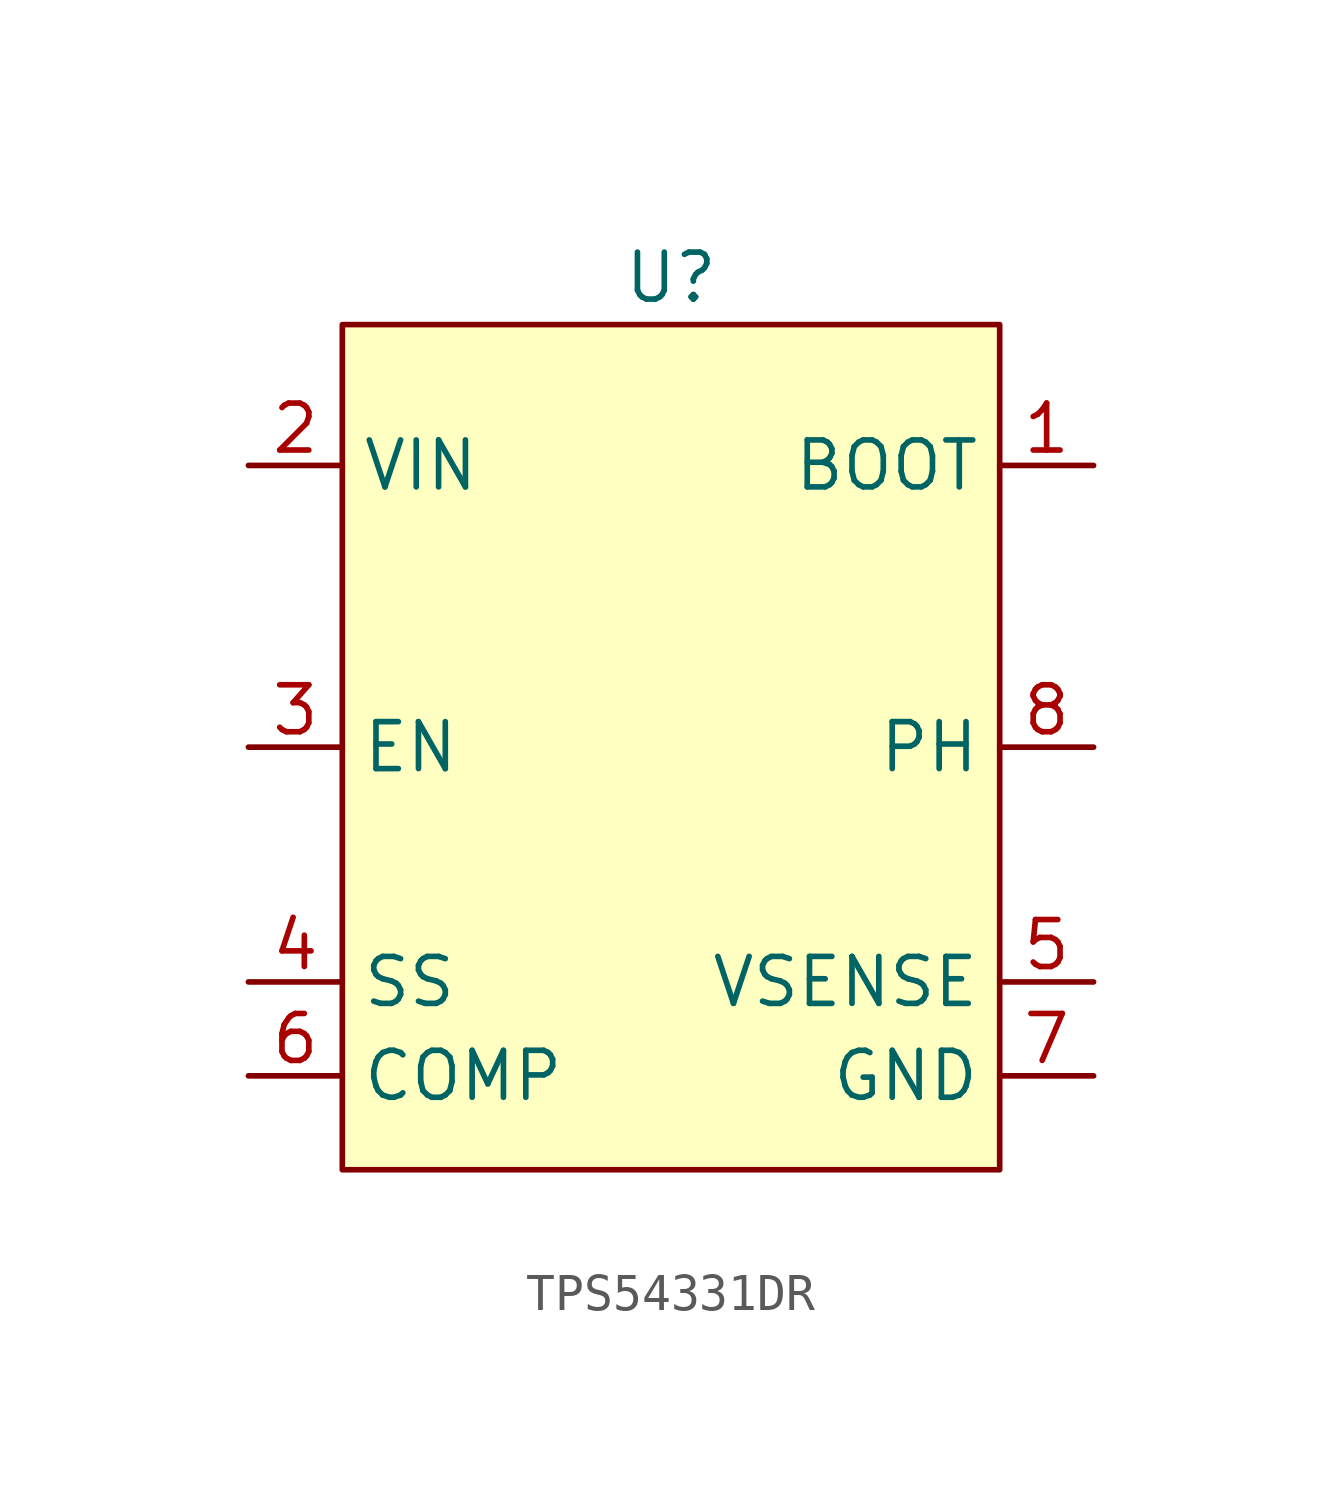
<source format=kicad_sym>
(kicad_symbol_lib
  (version 20220914)
  (generator kicad_symbol_editor)
  (symbol "TPS54331DR"
    (property "Reference" "U"
      (at 8.89 1.27 0)
      (effects (font (size 1.27 1.27))))
    (property "Value" ""
      (at 0 0 0)
      (effects (font (size 1.27 1.27))))
    (symbol "TPS54331DR_1_1"
      (rectangle (start 0 0) (end 17.78 -22.86) (stroke (width 0) (type default)) (fill (type background)))
      (pin input line (at 20.32 -3.81 180) (length 2.54) (name "BOOT" (effects (font (size 1.27 1.27)))) (number "1" (effects (font (size 1.27 1.27)))))
      (pin input line (at -2.54 -3.81 0) (length 2.54) (name "VIN" (effects (font (size 1.27 1.27)))) (number "2" (effects (font (size 1.27 1.27)))))
      (pin input line (at -2.54 -11.43 0) (length 2.54) (name "EN" (effects (font (size 1.27 1.27)))) (number "3" (effects (font (size 1.27 1.27)))))
      (pin input line (at -2.54 -17.78 0) (length 2.54) (name "SS" (effects (font (size 1.27 1.27)))) (number "4" (effects (font (size 1.27 1.27)))))
      (pin input line (at 20.32 -17.78 180) (length 2.54) (name "VSENSE" (effects (font (size 1.27 1.27)))) (number "5" (effects (font (size 1.27 1.27)))))
      (pin input line (at -2.54 -20.32 0) (length 2.54) (name "COMP" (effects (font (size 1.27 1.27)))) (number "6" (effects (font (size 1.27 1.27)))))
      (pin input line (at 20.32 -20.32 180) (length 2.54) (name "GND" (effects (font (size 1.27 1.27)))) (number "7" (effects (font (size 1.27 1.27)))))
      (pin output line (at 20.32 -11.43 180) (length 2.54) (name "PH" (effects (font (size 1.27 1.27)))) (number "8" (effects (font (size 1.27 1.27))))))))
</source>
